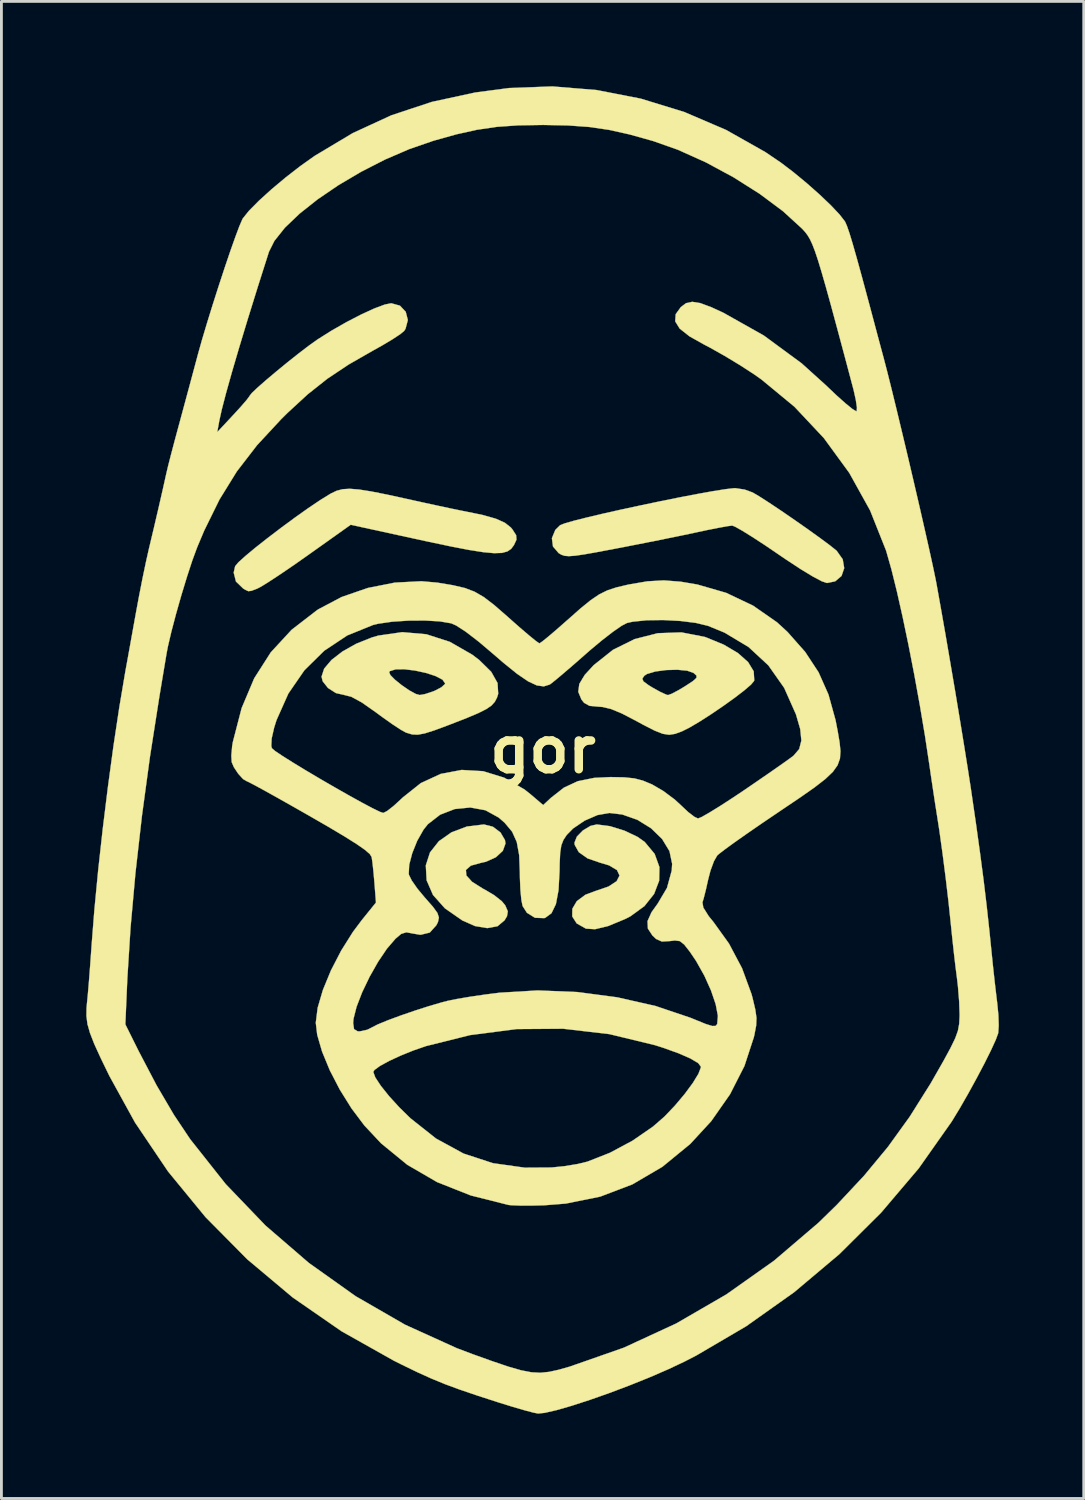
<source format=kicad_pcb>
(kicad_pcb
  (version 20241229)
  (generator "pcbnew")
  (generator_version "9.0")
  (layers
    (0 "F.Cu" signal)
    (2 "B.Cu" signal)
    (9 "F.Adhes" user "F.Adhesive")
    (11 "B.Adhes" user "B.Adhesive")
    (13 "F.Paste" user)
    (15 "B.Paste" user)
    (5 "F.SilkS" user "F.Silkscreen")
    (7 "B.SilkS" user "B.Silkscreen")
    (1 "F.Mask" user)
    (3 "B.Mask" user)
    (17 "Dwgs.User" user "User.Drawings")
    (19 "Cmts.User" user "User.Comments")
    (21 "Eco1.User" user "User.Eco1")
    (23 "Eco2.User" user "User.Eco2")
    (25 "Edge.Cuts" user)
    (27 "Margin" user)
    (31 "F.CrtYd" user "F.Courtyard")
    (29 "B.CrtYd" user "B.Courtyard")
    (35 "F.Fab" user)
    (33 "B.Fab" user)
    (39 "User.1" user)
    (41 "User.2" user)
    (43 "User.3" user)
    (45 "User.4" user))
  (footprint "gor"
    (layer "F.Cu")
    (at 16.139 23.452)
    (property "Reference" "gor" (at 0 0 0) (layer "F.SilkS") (effects (font (size 1.524 1.524) (thickness 0.3))))
    (attr through_hole)
    (fp_poly (pts (xy -1.766 2.722) (xy -1.497 2.925) (xy -1.339 3.194) (xy -1.321 3.316) (xy -1.414 3.574) (xy -1.66 3.801) (xy -2.01 3.96) (xy -2.176 3.996) (xy -2.543 4.097) (xy -2.719 4.25) (xy -2.704 4.445) (xy -2.501 4.67) (xy -2.11 4.916) (xy -2.056 4.943) (xy -1.721 5.141) (xy -1.451 5.355) (xy -1.33 5.5) (xy -1.238 5.713) (xy -1.267 5.886) (xy -1.355 6.033) (xy -1.603 6.24) (xy -1.964 6.306) (xy -2.399 6.233) (xy -2.845 6.036) (xy -3.462 5.607) (xy -3.883 5.134) (xy -4.108 4.618) (xy -4.137 4.088) (xy -3.989 3.631) (xy -3.675 3.233) (xy -3.229 2.92) (xy -2.685 2.715) (xy -2.082 2.642) (xy -1.766 2.722)) (stroke (width 0.01) (type solid)) (fill yes) (layer "F.SilkS"))
    (fp_poly (pts (xy 2.371 2.702) (xy 2.882 2.86) (xy 3.348 3.081) (xy 3.602 3.261) (xy 3.953 3.683) (xy 4.121 4.148) (xy 4.112 4.629) (xy 3.933 5.098) (xy 3.591 5.528) (xy 3.092 5.891) (xy 2.925 5.977) (xy 2.318 6.23) (xy 1.846 6.345) (xy 1.524 6.325) (xy 1.196 6.14) (xy 1.039 5.894) (xy 1.043 5.621) (xy 1.201 5.353) (xy 1.504 5.127) (xy 1.856 4.995) (xy 2.324 4.835) (xy 2.609 4.647) (xy 2.71 4.448) (xy 2.622 4.256) (xy 2.343 4.089) (xy 2.021 3.993) (xy 1.58 3.841) (xy 1.271 3.622) (xy 1.125 3.361) (xy 1.118 3.286) (xy 1.204 3.07) (xy 1.416 2.853) (xy 1.686 2.692) (xy 1.907 2.642) (xy 2.371 2.702)) (stroke (width 0.01) (type solid)) (fill yes) (layer "F.SilkS"))
    (fp_poly (pts (xy -6.498 -9.198) (xy -6.064 -9.129) (xy -5.49 -9.015) (xy -4.859 -8.877) (xy -4.266 -8.746) (xy -3.708 -8.625) (xy -3.23 -8.523) (xy -2.877 -8.45) (xy -2.743 -8.424) (xy -2.116 -8.295) (xy -1.659 -8.165) (xy -1.341 -8.022) (xy -1.13 -7.855) (xy -1.079 -7.793) (xy -0.944 -7.584) (xy -0.932 -7.425) (xy -1.021 -7.234) (xy -1.118 -7.102) (xy -1.253 -7.009) (xy -1.448 -6.957) (xy -1.724 -6.948) (xy -2.104 -6.983) (xy -2.609 -7.062) (xy -3.261 -7.188) (xy -4.082 -7.361) (xy -4.371 -7.424) (xy -6.793 -7.952) (xy -8.306 -6.876) (xy -8.809 -6.523) (xy -9.273 -6.207) (xy -9.665 -5.949) (xy -9.954 -5.769) (xy -10.097 -5.694) (xy -10.302 -5.617) (xy -10.411 -5.604) (xy -10.518 -5.654) (xy -10.591 -5.697) (xy -10.848 -5.945) (xy -10.928 -6.261) (xy -10.877 -6.486) (xy -10.765 -6.621) (xy -10.516 -6.847) (xy -10.161 -7.142) (xy -9.731 -7.481) (xy -9.257 -7.842) (xy -8.77 -8.201) (xy -8.301 -8.534) (xy -7.88 -8.818) (xy -7.539 -9.029) (xy -7.479 -9.064) (xy -7.285 -9.155) (xy -7.078 -9.209) (xy -6.826 -9.224) (xy -6.498 -9.198)) (stroke (width 0.01) (type solid)) (fill yes) (layer "F.SilkS"))
    (fp_poly (pts (xy 7.134 -9.196) (xy 7.415 -9.094) (xy 7.648 -8.957) (xy 8 -8.731) (xy 8.432 -8.442) (xy 8.902 -8.119) (xy 9.371 -7.791) (xy 9.798 -7.484) (xy 10.143 -7.228) (xy 10.366 -7.05) (xy 10.389 -7.03) (xy 10.601 -6.73) (xy 10.653 -6.419) (xy 10.559 -6.143) (xy 10.334 -5.953) (xy 10.046 -5.893) (xy 9.866 -5.952) (xy 9.547 -6.121) (xy 9.11 -6.386) (xy 8.579 -6.735) (xy 8.327 -6.907) (xy 7.84 -7.238) (xy 7.402 -7.523) (xy 7.044 -7.745) (xy 6.796 -7.884) (xy 6.696 -7.923) (xy 6.534 -7.903) (xy 6.223 -7.847) (xy 5.808 -7.765) (xy 5.426 -7.683) (xy 4.931 -7.578) (xy 4.302 -7.45) (xy 3.604 -7.31) (xy 2.904 -7.173) (xy 2.572 -7.109) (xy 1.94 -6.99) (xy 1.476 -6.907) (xy 1.148 -6.859) (xy 0.923 -6.842) (xy 0.77 -6.854) (xy 0.656 -6.893) (xy 0.559 -6.95) (xy 0.358 -7.185) (xy 0.32 -7.478) (xy 0.441 -7.77) (xy 0.61 -7.936) (xy 0.768 -7.999) (xy 1.094 -8.093) (xy 1.558 -8.21) (xy 2.128 -8.345) (xy 2.773 -8.49) (xy 3.461 -8.638) (xy 4.161 -8.785) (xy 4.842 -8.922) (xy 5.472 -9.042) (xy 6.021 -9.141) (xy 6.457 -9.21) (xy 6.748 -9.244) (xy 6.804 -9.246) (xy 7.134 -9.196)) (stroke (width 0.01) (type solid)) (fill yes) (layer "F.SilkS"))
    (fp_poly (pts (xy 5.714 -3.99) (xy 5.774 -3.97) (xy 6.396 -3.714) (xy 6.897 -3.417) (xy 7.256 -3.097) (xy 7.454 -2.771) (xy 7.473 -2.456) (xy 7.465 -2.43) (xy 7.359 -2.302) (xy 7.117 -2.094) (xy 6.777 -1.833) (xy 6.375 -1.545) (xy 5.95 -1.256) (xy 5.539 -0.992) (xy 5.179 -0.78) (xy 4.919 -0.65) (xy 4.676 -0.561) (xy 4.464 -0.528) (xy 4.238 -0.563) (xy 3.951 -0.676) (xy 3.559 -0.876) (xy 3.302 -1.016) (xy 2.799 -1.278) (xy 2.416 -1.437) (xy 2.109 -1.511) (xy 1.958 -1.522) (xy 1.649 -1.551) (xy 1.457 -1.658) (xy 1.363 -1.777) (xy 1.252 -2.047) (xy 1.289 -2.326) (xy 1.402 -2.513) (xy 3.516 -2.513) (xy 3.555 -2.417) (xy 3.733 -2.285) (xy 3.876 -2.197) (xy 4.151 -2.044) (xy 4.361 -1.948) (xy 4.425 -1.931) (xy 4.564 -1.982) (xy 4.81 -2.113) (xy 5.031 -2.246) (xy 5.305 -2.426) (xy 5.43 -2.539) (xy 5.431 -2.621) (xy 5.33 -2.712) (xy 5.33 -2.713) (xy 5.104 -2.794) (xy 4.755 -2.827) (xy 4.355 -2.816) (xy 3.974 -2.765) (xy 3.684 -2.678) (xy 3.588 -2.615) (xy 3.516 -2.513) (xy 1.402 -2.513) (xy 1.482 -2.646) (xy 1.798 -2.99) (xy 2.48 -3.532) (xy 3.246 -3.911) (xy 4.063 -4.119) (xy 4.897 -4.148) (xy 5.714 -3.99)) (stroke (width 0.01) (type solid)) (fill yes) (layer "F.SilkS"))
    (fp_poly (pts (xy -4.117 -4.081) (xy -3.286 -3.813) (xy -2.495 -3.359) (xy -2.253 -3.175) (xy -1.826 -2.756) (xy -1.601 -2.357) (xy -1.578 -1.977) (xy -1.62 -1.843) (xy -1.697 -1.694) (xy -1.812 -1.565) (xy -1.996 -1.438) (xy -2.277 -1.296) (xy -2.686 -1.123) (xy -3.253 -0.902) (xy -3.346 -0.866) (xy -3.831 -0.686) (xy -4.175 -0.577) (xy -4.423 -0.531) (xy -4.62 -0.54) (xy -4.813 -0.598) (xy -4.853 -0.613) (xy -5.031 -0.713) (xy -5.323 -0.905) (xy -5.679 -1.157) (xy -5.897 -1.318) (xy -6.397 -1.669) (xy -6.768 -1.871) (xy -7 -1.93) (xy -7.313 -2.002) (xy -7.595 -2.182) (xy -7.783 -2.42) (xy -7.823 -2.583) (xy -7.769 -2.747) (xy -5.433 -2.747) (xy -5.392 -2.641) (xy -5.225 -2.472) (xy -4.985 -2.279) (xy -4.723 -2.099) (xy -4.489 -1.971) (xy -4.356 -1.933) (xy -4.157 -1.969) (xy -3.879 -2.061) (xy -3.822 -2.084) (xy -3.588 -2.206) (xy -3.462 -2.32) (xy -3.454 -2.343) (xy -3.547 -2.476) (xy -3.79 -2.603) (xy -4.13 -2.714) (xy -4.515 -2.798) (xy -4.89 -2.844) (xy -5.204 -2.841) (xy -5.404 -2.779) (xy -5.433 -2.747) (xy -7.769 -2.747) (xy -7.73 -2.867) (xy -7.472 -3.172) (xy -7.083 -3.473) (xy -6.598 -3.746) (xy -6.049 -3.966) (xy -5.817 -4.034) (xy -4.968 -4.156) (xy -4.117 -4.081)) (stroke (width 0.01) (type solid)) (fill yes) (layer "F.SilkS"))
    (fp_poly (pts (xy 1.9 -23.319) (xy 3.465 -23.014) (xy 5.001 -22.542) (xy 6.478 -21.909) (xy 7.865 -21.126) (xy 8.412 -20.755) (xy 8.859 -20.415) (xy 9.326 -20.029) (xy 9.777 -19.63) (xy 10.176 -19.25) (xy 10.487 -18.921) (xy 10.677 -18.676) (xy 10.692 -18.65) (xy 10.754 -18.505) (xy 10.84 -18.255) (xy 10.953 -17.883) (xy 11.099 -17.37) (xy 11.283 -16.701) (xy 11.51 -15.857) (xy 11.58 -15.596) (xy 11.72 -15.07) (xy 11.86 -14.545) (xy 11.981 -14.094) (xy 12.042 -13.868) (xy 12.168 -13.385) (xy 12.325 -12.759) (xy 12.505 -12.022) (xy 12.701 -11.206) (xy 12.906 -10.345) (xy 13.111 -9.47) (xy 13.31 -8.613) (xy 13.494 -7.807) (xy 13.657 -7.084) (xy 13.79 -6.477) (xy 13.886 -6.017) (xy 13.919 -5.842) (xy 14.069 -5.004) (xy 14.235 -4.061) (xy 14.407 -3.055) (xy 14.581 -2.031) (xy 14.747 -1.03) (xy 14.899 -0.097) (xy 15.03 0.724) (xy 15.133 1.392) (xy 15.137 1.422) (xy 15.312 2.622) (xy 15.457 3.67) (xy 15.581 4.616) (xy 15.688 5.51) (xy 15.785 6.399) (xy 15.852 7.061) (xy 15.909 7.623) (xy 15.973 8.208) (xy 16.034 8.73) (xy 16.062 8.957) (xy 16.103 9.375) (xy 16.115 9.75) (xy 16.098 10.007) (xy 16.095 10.024) (xy 16.01 10.256) (xy 15.842 10.623) (xy 15.611 11.087) (xy 15.337 11.607) (xy 15.042 12.145) (xy 14.746 12.662) (xy 14.469 13.118) (xy 14.444 13.157) (xy 13.286 14.8) (xy 11.957 16.365) (xy 10.482 17.831) (xy 8.885 19.176) (xy 7.191 20.378) (xy 5.425 21.414) (xy 5.007 21.629) (xy 4.426 21.903) (xy 3.768 22.188) (xy 3.066 22.47) (xy 2.353 22.739) (xy 1.663 22.982) (xy 1.03 23.188) (xy 0.486 23.345) (xy 0.067 23.441) (xy -0.168 23.465) (xy -0.333 23.433) (xy -0.647 23.35) (xy -1.066 23.228) (xy -1.546 23.079) (xy -1.575 23.07) (xy -2.332 22.825) (xy -2.945 22.616) (xy -3.465 22.424) (xy -3.943 22.227) (xy -4.43 22.007) (xy -4.977 21.742) (xy -5.269 21.596) (xy -7.111 20.56) (xy -8.842 19.362) (xy -10.449 18.013) (xy -11.921 16.526) (xy -13.247 14.911) (xy -14.414 13.181) (xy -15.322 11.532) (xy -15.632 10.894) (xy -15.858 10.399) (xy -16.009 10.011) (xy -16.094 9.708) (xy -14.758 9.708) (xy -14.288 10.653) (xy -13.655 11.862) (xy -13.04 12.909) (xy -12.467 13.767) (xy -11.209 15.356) (xy -9.804 16.82) (xy -8.267 18.145) (xy -6.617 19.318) (xy -4.869 20.326) (xy -3.042 21.155) (xy -2.489 21.364) (xy -1.774 21.62) (xy -1.212 21.81) (xy -0.768 21.937) (xy -0.405 22.007) (xy -0.087 22.024) (xy 0.222 21.992) (xy 0.56 21.918) (xy 0.961 21.804) (xy 0.965 21.802) (xy 2.864 21.137) (xy 4.713 20.283) (xy 6.49 19.253) (xy 8.175 18.061) (xy 9.745 16.72) (xy 10.387 16.093) (xy 11.352 15.062) (xy 12.197 14.042) (xy 12.967 12.975) (xy 13.705 11.802) (xy 14.16 11.006) (xy 14.411 10.543) (xy 14.576 10.204) (xy 14.672 9.938) (xy 14.718 9.692) (xy 14.732 9.416) (xy 14.732 9.349) (xy 14.716 8.892) (xy 14.674 8.373) (xy 14.636 8.046) (xy 14.585 7.653) (xy 14.525 7.136) (xy 14.464 6.571) (xy 14.426 6.198) (xy 14.342 5.399) (xy 14.24 4.528) (xy 14.128 3.656) (xy 14.016 2.853) (xy 13.92 2.235) (xy 13.867 1.9) (xy 13.796 1.432) (xy 13.717 0.902) (xy 13.66 0.508) (xy 13.506 -0.508) (xy 13.327 -1.571) (xy 13.132 -2.646) (xy 12.927 -3.697) (xy 12.719 -4.692) (xy 12.516 -5.594) (xy 12.324 -6.369) (xy 12.15 -6.983) (xy 12.125 -7.061) (xy 11.568 -8.46) (xy 10.832 -9.786) (xy 9.935 -11.015) (xy 8.894 -12.124) (xy 7.727 -13.088) (xy 7.467 -13.271) (xy 6.974 -13.591) (xy 6.428 -13.921) (xy 5.917 -14.209) (xy 5.719 -14.312) (xy 5.183 -14.613) (xy 4.838 -14.885) (xy 4.679 -15.142) (xy 4.696 -15.395) (xy 4.877 -15.646) (xy 5.062 -15.785) (xy 5.279 -15.833) (xy 5.564 -15.788) (xy 5.955 -15.643) (xy 6.38 -15.447) (xy 7.811 -14.642) (xy 9.149 -13.658) (xy 10.006 -12.884) (xy 10.376 -12.532) (xy 10.696 -12.246) (xy 10.938 -12.049) (xy 11.075 -11.965) (xy 11.093 -11.967) (xy 11.103 -12.093) (xy 11.064 -12.361) (xy 10.985 -12.719) (xy 10.963 -12.802) (xy 10.66 -13.943) (xy 10.402 -14.905) (xy 10.186 -15.705) (xy 10.005 -16.359) (xy 9.854 -16.884) (xy 9.728 -17.299) (xy 9.621 -17.619) (xy 9.528 -17.861) (xy 9.443 -18.043) (xy 9.361 -18.182) (xy 9.277 -18.294) (xy 9.184 -18.397) (xy 9.161 -18.422) (xy 8.489 -19.036) (xy 7.665 -19.65) (xy 6.739 -20.236) (xy 5.759 -20.765) (xy 4.774 -21.208) (xy 3.898 -21.517) (xy 3.065 -21.75) (xy 2.336 -21.912) (xy 1.636 -22.014) (xy 0.887 -22.068) (xy 0.015 -22.085) (xy 0 -22.085) (xy -0.875 -22.071) (xy -1.626 -22.018) (xy -2.329 -21.915) (xy -3.063 -21.752) (xy -3.866 -21.527) (xy -4.718 -21.233) (xy -5.579 -20.862) (xy -6.423 -20.43) (xy -7.225 -19.957) (xy -7.958 -19.458) (xy -8.597 -18.952) (xy -9.117 -18.455) (xy -9.491 -17.985) (xy -9.682 -17.602) (xy -10.074 -16.37) (xy -10.426 -15.238) (xy -10.734 -14.222) (xy -10.994 -13.336) (xy -11.201 -12.597) (xy -11.351 -12.02) (xy -11.436 -11.633) (xy -11.51 -11.227) (xy -10.94 -11.836) (xy -10.676 -12.125) (xy -10.476 -12.357) (xy -10.373 -12.493) (xy -10.366 -12.509) (xy -10.289 -12.607) (xy -10.084 -12.802) (xy -9.783 -13.066) (xy -9.419 -13.373) (xy -9.025 -13.696) (xy -8.633 -14.007) (xy -8.276 -14.28) (xy -7.987 -14.487) (xy -7.976 -14.495) (xy -7.471 -14.814) (xy -6.939 -15.117) (xy -6.421 -15.385) (xy -5.957 -15.598) (xy -5.585 -15.737) (xy -5.36 -15.782) (xy -5.052 -15.697) (xy -4.847 -15.481) (xy -4.772 -15.19) (xy -4.853 -14.881) (xy -4.902 -14.805) (xy -5.041 -14.689) (xy -5.317 -14.507) (xy -5.686 -14.287) (xy -5.994 -14.115) (xy -6.867 -13.615) (xy -7.617 -13.115) (xy -8.314 -12.562) (xy -9.027 -11.905) (xy -9.247 -11.687) (xy -10.104 -10.763) (xy -10.818 -9.836) (xy -11.428 -8.849) (xy -11.971 -7.745) (xy -12.222 -7.149) (xy -12.39 -6.693) (xy -12.581 -6.109) (xy -12.78 -5.456) (xy -12.969 -4.79) (xy -13.133 -4.167) (xy -13.255 -3.645) (xy -13.301 -3.404) (xy -13.366 -3.013) (xy -13.45 -2.513) (xy -13.536 -1.995) (xy -13.559 -1.857) (xy -13.888 0.247) (xy -14.171 2.334) (xy -14.401 4.36) (xy -14.574 6.284) (xy -14.686 8.062) (xy -14.694 8.232) (xy -14.758 9.708) (xy -16.094 9.708) (xy -16.098 9.694) (xy -16.134 9.412) (xy -16.13 9.13) (xy -16.114 8.954) (xy -16.083 8.639) (xy -16.044 8.178) (xy -16.002 7.627) (xy -15.96 7.044) (xy -15.951 6.909) (xy -15.852 5.652) (xy -15.719 4.264) (xy -15.557 2.799) (xy -15.374 1.314) (xy -15.177 -0.139) (xy -14.971 -1.504) (xy -14.765 -2.727) (xy -14.744 -2.845) (xy -14.687 -3.156) (xy -14.605 -3.61) (xy -14.508 -4.15) (xy -14.405 -4.721) (xy -14.386 -4.826) (xy -14.273 -5.435) (xy -14.15 -6.062) (xy -14.03 -6.636) (xy -13.929 -7.086) (xy -13.923 -7.112) (xy -13.755 -7.817) (xy -13.587 -8.537) (xy -13.435 -9.201) (xy -13.315 -9.74) (xy -13.312 -9.754) (xy -13.252 -10.009) (xy -13.154 -10.395) (xy -13.035 -10.846) (xy -12.974 -11.074) (xy -12.713 -12.04) (xy -12.476 -12.918) (xy -12.235 -13.816) (xy -12.194 -13.97) (xy -12.049 -14.487) (xy -11.87 -15.085) (xy -11.67 -15.732) (xy -11.459 -16.392) (xy -11.248 -17.034) (xy -11.048 -17.624) (xy -10.869 -18.129) (xy -10.724 -18.515) (xy -10.623 -18.748) (xy -10.604 -18.782) (xy -10.387 -19.052) (xy -10.038 -19.405) (xy -9.595 -19.807) (xy -9.095 -20.226) (xy -8.575 -20.63) (xy -8.072 -20.987) (xy -8.052 -21) (xy -6.719 -21.797) (xy -5.355 -22.426) (xy -3.924 -22.9) (xy -2.391 -23.232) (xy -1.194 -23.39) (xy 0.337 -23.447) (xy 1.9 -23.319)) (stroke (width 0.01) (type solid)) (fill yes) (layer "F.SilkS"))
    (fp_poly (pts (xy 4.876 -5.939) (xy 5.465 -5.839) (xy 6.479 -5.546) (xy 7.432 -5.093) (xy 8.278 -4.504) (xy 8.65 -4.162) (xy 9.275 -3.455) (xy 9.748 -2.735) (xy 10.097 -1.95) (xy 10.347 -1.046) (xy 10.426 -0.638) (xy 10.49 -0.258) (xy 10.521 0.051) (xy 10.503 0.312) (xy 10.419 0.548) (xy 10.253 0.781) (xy 9.988 1.034) (xy 9.607 1.33) (xy 9.093 1.69) (xy 8.43 2.137) (xy 8.315 2.215) (xy 7.745 2.601) (xy 7.224 2.96) (xy 6.778 3.274) (xy 6.434 3.524) (xy 6.219 3.69) (xy 6.165 3.738) (xy 6.047 3.944) (xy 5.926 4.273) (xy 5.844 4.588) (xy 5.763 4.949) (xy 5.688 5.246) (xy 5.642 5.396) (xy 5.673 5.581) (xy 5.862 5.882) (xy 6.034 6.093) (xy 6.58 6.853) (xy 7.042 7.726) (xy 7.374 8.631) (xy 7.413 8.773) (xy 7.51 9.183) (xy 7.552 9.48) (xy 7.541 9.749) (xy 7.48 10.071) (xy 7.459 10.163) (xy 7.127 11.178) (xy 6.617 12.18) (xy 5.954 13.128) (xy 5.212 13.934) (xy 4.226 14.743) (xy 3.167 15.364) (xy 2.03 15.797) (xy 0.811 16.044) (xy 0.051 16.104) (xy -0.412 16.115) (xy -0.822 16.114) (xy -1.121 16.102) (xy -1.219 16.091) (xy -2.552 15.755) (xy -3.739 15.284) (xy -4.791 14.673) (xy -5.718 13.914) (xy -6.309 13.283) (xy -6.763 12.679) (xy -7.178 12.014) (xy -7.502 11.388) (xy -5.994 11.388) (xy -5.923 11.583) (xy -5.728 11.88) (xy -5.437 12.244) (xy -5.077 12.639) (xy -4.685 13.024) (xy -3.774 13.746) (xy -2.802 14.276) (xy -1.76 14.617) (xy -0.64 14.774) (xy 0.305 14.768) (xy 0.768 14.721) (xy 1.233 14.644) (xy 1.575 14.561) (xy 2.374 14.247) (xy 3.171 13.82) (xy 3.892 13.323) (xy 4.302 12.966) (xy 4.673 12.576) (xy 5.015 12.169) (xy 5.3 11.783) (xy 5.5 11.456) (xy 5.587 11.228) (xy 5.588 11.206) (xy 5.493 11.079) (xy 5.222 10.917) (xy 4.8 10.732) (xy 4.248 10.534) (xy 3.962 10.443) (xy 2.35 10.053) (xy 0.717 9.863) (xy -0.927 9.875) (xy -2.572 10.088) (xy -4.125 10.475) (xy -4.578 10.631) (xy -5.027 10.813) (xy -5.433 11.001) (xy -5.755 11.177) (xy -5.952 11.32) (xy -5.994 11.388) (xy -7.502 11.388) (xy -7.532 11.33) (xy -7.804 10.67) (xy -7.976 10.078) (xy -8.025 9.663) (xy -6.706 9.663) (xy -6.674 9.877) (xy -6.55 9.953) (xy -6.474 9.957) (xy -6.203 9.898) (xy -6.042 9.816) (xy -5.841 9.713) (xy -5.492 9.569) (xy -5.044 9.403) (xy -4.544 9.23) (xy -4.039 9.068) (xy -3.578 8.933) (xy -3.373 8.879) (xy -3.038 8.811) (xy -2.566 8.731) (xy -2.023 8.652) (xy -1.524 8.589) (xy -0.183 8.509) (xy 1.22 8.566) (xy 2.628 8.752) (xy 3.984 9.059) (xy 5.231 9.48) (xy 5.393 9.547) (xy 5.762 9.697) (xy 5.987 9.766) (xy 6.108 9.763) (xy 6.164 9.696) (xy 6.188 9.407) (xy 6.11 8.997) (xy 5.944 8.509) (xy 5.708 7.984) (xy 5.417 7.467) (xy 5.193 7.136) (xy 4.995 6.885) (xy 4.841 6.765) (xy 4.665 6.743) (xy 4.494 6.764) (xy 4.208 6.781) (xy 4.006 6.692) (xy 3.874 6.568) (xy 3.713 6.322) (xy 3.7 6.06) (xy 3.842 5.744) (xy 4.06 5.44) (xy 4.389 4.884) (xy 4.556 4.273) (xy 4.571 4.034) (xy 4.477 3.585) (xy 4.216 3.156) (xy 3.826 2.777) (xy 3.343 2.478) (xy 2.805 2.289) (xy 2.348 2.236) (xy 1.931 2.31) (xy 1.478 2.507) (xy 1.07 2.783) (xy 0.845 3.012) (xy 0.727 3.19) (xy 0.653 3.381) (xy 0.613 3.64) (xy 0.595 4.021) (xy 0.591 4.283) (xy 0.555 4.962) (xy 0.462 5.457) (xy 0.306 5.78) (xy 0.084 5.943) (xy 0.048 5.953) (xy -0.279 5.941) (xy -0.563 5.764) (xy -0.716 5.524) (xy -0.759 5.31) (xy -0.793 4.956) (xy -0.811 4.523) (xy -0.813 4.335) (xy -0.837 3.724) (xy -0.922 3.261) (xy -1.086 2.897) (xy -1.351 2.581) (xy -1.559 2.399) (xy -2.029 2.14) (xy -2.564 2.042) (xy -3.114 2.097) (xy -3.631 2.297) (xy -4.065 2.634) (xy -4.219 2.827) (xy -4.442 3.222) (xy -4.617 3.657) (xy -4.724 4.066) (xy -4.74 4.384) (xy -4.732 4.426) (xy -4.634 4.624) (xy -4.436 4.908) (xy -4.179 5.218) (xy -4.163 5.235) (xy -3.884 5.553) (xy -3.727 5.77) (xy -3.674 5.933) (xy -3.706 6.087) (xy -3.762 6.202) (xy -3.996 6.463) (xy -4.323 6.543) (xy -4.58 6.5) (xy -4.825 6.454) (xy -5.008 6.511) (xy -5.207 6.679) (xy -5.51 7.031) (xy -5.825 7.498) (xy -6.126 8.03) (xy -6.388 8.576) (xy -6.585 9.087) (xy -6.693 9.513) (xy -6.706 9.663) (xy -8.025 9.663) (xy -8.026 9.649) (xy -7.96 9.122) (xy -7.775 8.493) (xy -7.492 7.805) (xy -7.131 7.106) (xy -6.712 6.439) (xy -6.404 6.028) (xy -5.899 5.403) (xy -5.953 4.708) (xy -5.987 4.32) (xy -6.023 3.986) (xy -6.052 3.792) (xy -6.116 3.689) (xy -6.286 3.541) (xy -6.577 3.338) (xy -7.004 3.069) (xy -7.582 2.725) (xy -8.241 2.345) (xy -8.839 2.004) (xy -9.38 1.699) (xy -9.836 1.445) (xy -10.185 1.255) (xy -10.4 1.143) (xy -10.458 1.118) (xy -10.595 1.039) (xy -10.768 0.849) (xy -10.922 0.617) (xy -10.999 0.438) (xy -11.012 0.206) (xy -10.983 -0.122) (xy -10.983 -0.125) (xy -9.599 -0.125) (xy -9.577 -0.052) (xy -9.466 0.044) (xy -9.208 0.218) (xy -8.836 0.452) (xy -8.383 0.728) (xy -7.88 1.026) (xy -7.361 1.327) (xy -6.856 1.614) (xy -6.399 1.867) (xy -6.022 2.067) (xy -5.757 2.196) (xy -5.641 2.235) (xy -5.505 2.167) (xy -5.276 1.988) (xy -4.999 1.734) (xy -4.956 1.692) (xy -4.315 1.181) (xy -3.611 0.855) (xy -2.868 0.715) (xy -2.11 0.759) (xy -1.361 0.991) (xy -0.645 1.408) (xy -0.412 1.594) (xy 0.012 1.957) (xy 0.286 1.701) (xy 0.743 1.342) (xy 1.234 1.113) (xy 1.814 0.995) (xy 2.388 0.967) (xy 2.875 0.976) (xy 3.233 1.013) (xy 3.535 1.091) (xy 3.854 1.224) (xy 3.863 1.228) (xy 4.257 1.458) (xy 4.664 1.762) (xy 4.879 1.96) (xy 5.138 2.204) (xy 5.361 2.374) (xy 5.486 2.431) (xy 5.617 2.377) (xy 5.884 2.225) (xy 6.257 1.995) (xy 6.705 1.705) (xy 7.112 1.433) (xy 7.615 1.089) (xy 8.077 0.77) (xy 8.466 0.498) (xy 8.746 0.298) (xy 8.865 0.208) (xy 9.062 -0.023) (xy 9.139 -0.324) (xy 9.099 -0.728) (xy 8.948 -1.249) (xy 8.53 -2.189) (xy 7.972 -2.982) (xy 7.271 -3.631) (xy 6.423 -4.139) (xy 5.839 -4.379) (xy 5.409 -4.483) (xy 4.857 -4.552) (xy 4.254 -4.584) (xy 3.669 -4.576) (xy 3.174 -4.525) (xy 2.974 -4.48) (xy 2.781 -4.379) (xy 2.477 -4.168) (xy 2.096 -3.873) (xy 1.677 -3.524) (xy 1.521 -3.387) (xy 1.112 -3.028) (xy 0.747 -2.714) (xy 0.458 -2.471) (xy 0.277 -2.327) (xy 0.24 -2.303) (xy 0.033 -2.239) (xy -0.212 -2.273) (xy -0.519 -2.416) (xy -0.907 -2.68) (xy -1.398 -3.077) (xy -1.716 -3.352) (xy -2.264 -3.817) (xy -2.72 -4.168) (xy -3.066 -4.392) (xy -3.238 -4.468) (xy -3.639 -4.536) (xy -4.168 -4.567) (xy -4.755 -4.563) (xy -5.329 -4.525) (xy -5.819 -4.454) (xy -6.001 -4.41) (xy -6.913 -4.04) (xy -7.727 -3.5) (xy -8.427 -2.81) (xy -8.995 -1.987) (xy -9.414 -1.048) (xy -9.497 -0.787) (xy -9.586 -0.396) (xy -9.599 -0.125) (xy -10.983 -0.125) (xy -10.958 -0.273) (xy -10.647 -1.472) (xy -10.203 -2.524) (xy -9.617 -3.442) (xy -8.88 -4.24) (xy -7.984 -4.932) (xy -7.932 -4.966) (xy -7.111 -5.399) (xy -6.191 -5.717) (xy -5.232 -5.907) (xy -4.294 -5.956) (xy -3.734 -5.907) (xy -3.184 -5.816) (xy -2.76 -5.717) (xy -2.411 -5.585) (xy -2.082 -5.393) (xy -1.721 -5.116) (xy -1.273 -4.727) (xy -1.206 -4.666) (xy -0.828 -4.332) (xy -0.503 -4.054) (xy -0.261 -3.856) (xy -0.132 -3.764) (xy -0.122 -3.76) (xy -0.023 -3.824) (xy 0.194 -3.999) (xy 0.498 -4.258) (xy 0.856 -4.574) (xy 0.864 -4.58) (xy 1.327 -4.99) (xy 1.688 -5.284) (xy 1.991 -5.49) (xy 2.279 -5.632) (xy 2.597 -5.737) (xy 2.99 -5.83) (xy 3.051 -5.843) (xy 3.698 -5.953) (xy 4.277 -5.986) (xy 4.876 -5.939)) (stroke (width 0.01) (type solid)) (fill yes) (layer "F.SilkS")))
  (gr_rect
    (start -3 -3)
    (end 35.26 49.921)
    (stroke (width 0.1) (type default))
    (fill no)
    (layer "Edge.Cuts")))
</source>
